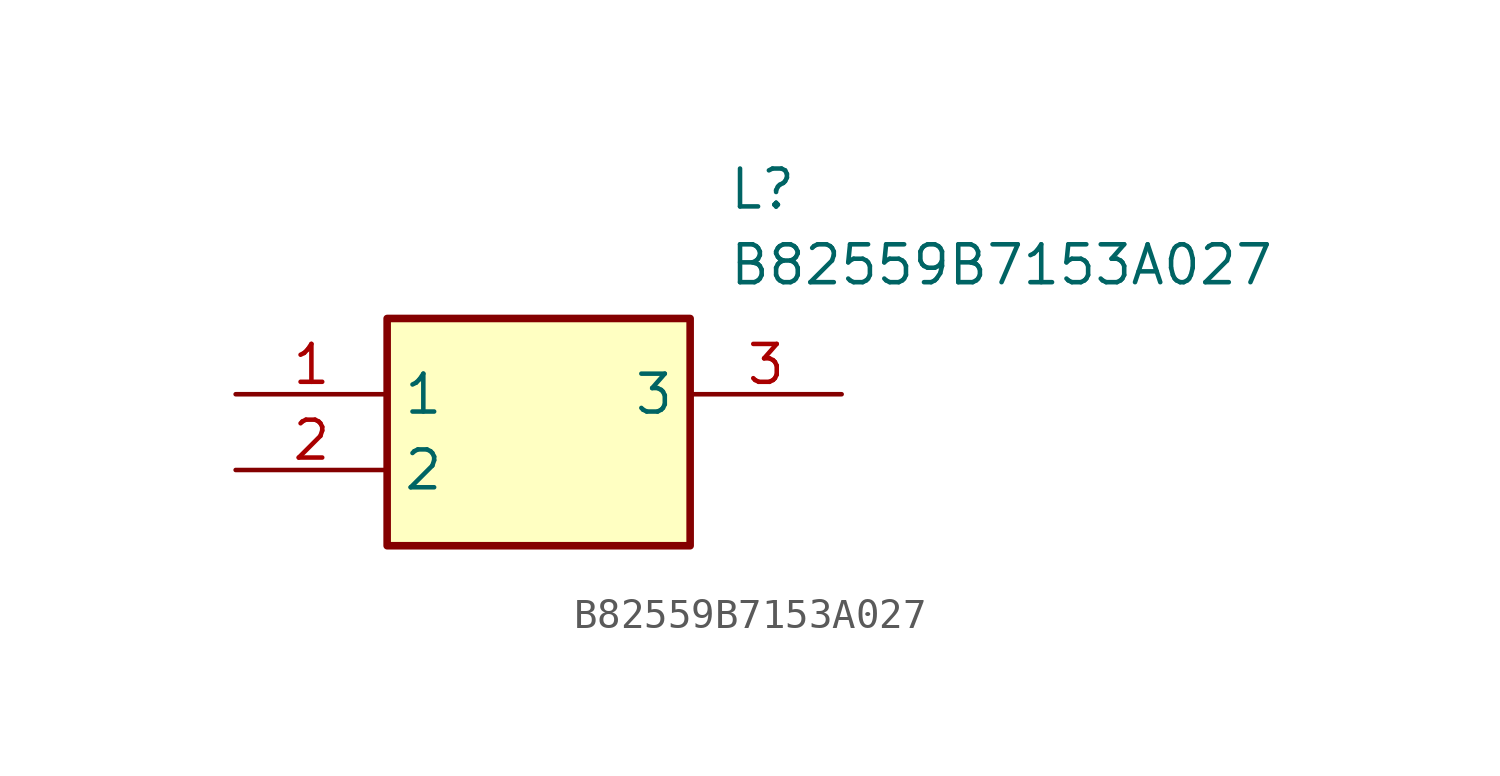
<source format=kicad_sym>
(kicad_symbol_lib
  (version 20211014)
  (generator SamacSys_ECAD_Model)
  (symbol "B82559B7153A027"
    (property "Reference" "L"
      (at 16.51 7.62 0)
      (effects (font (size 1.27 1.27)) (justify left top)))
    (property "Value" "B82559B7153A027"
      (at 16.51 5.08 0)
      (effects (font (size 1.27 1.27)) (justify left top)))
    (rectangle
      (start 5.08 2.54)
      (end 15.24 -5.08)
      (stroke (width 0.254) (type default))
      (fill (type background)))
    (pin passive line
      (at 0 0 0)
      (length 5.08)
      (name "1" (effects (font (size 1.27 1.27))))
      (number "1" (effects (font (size 1.27 1.27)))))
    (pin passive line
      (at 0 -2.54 0)
      (length 5.08)
      (name "2" (effects (font (size 1.27 1.27))))
      (number "2" (effects (font (size 1.27 1.27)))))
    (pin passive line
      (at 20.32 0 180)
      (length 5.08)
      (name "3" (effects (font (size 1.27 1.27))))
      (number "3" (effects (font (size 1.27 1.27)))))))
</source>
